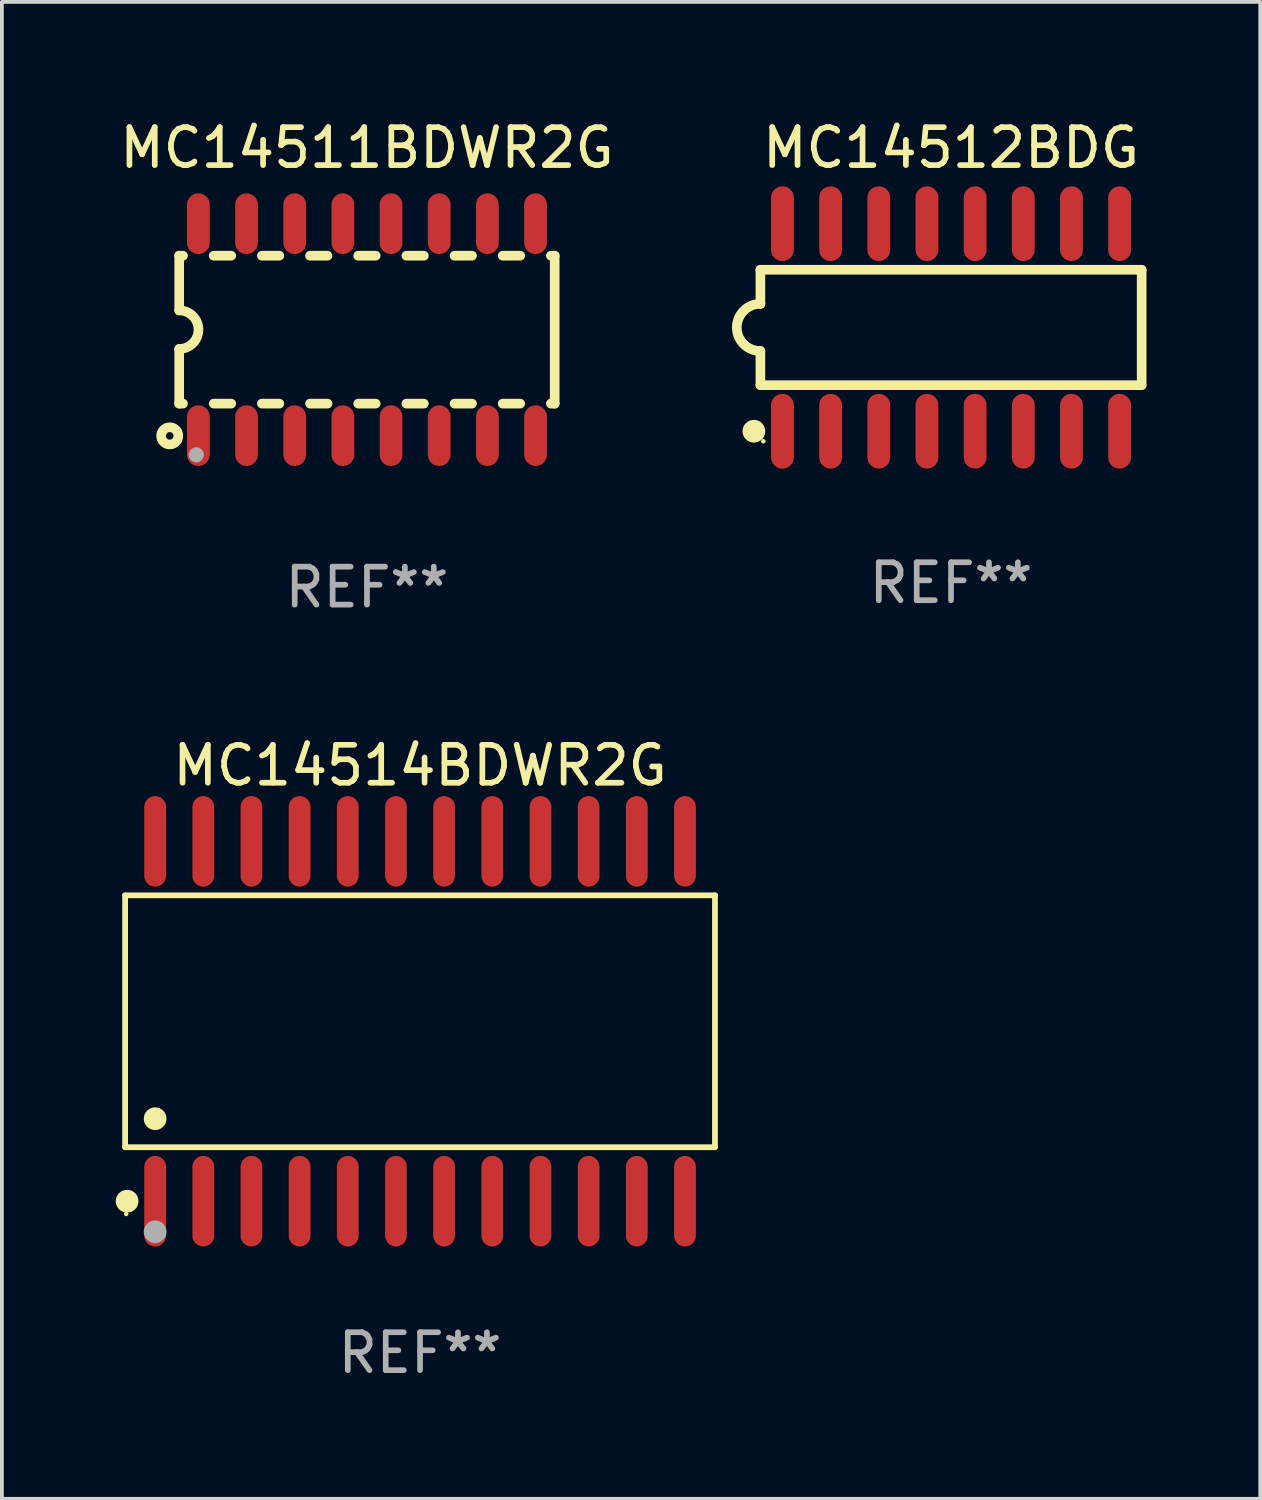
<source format=kicad_pcb>
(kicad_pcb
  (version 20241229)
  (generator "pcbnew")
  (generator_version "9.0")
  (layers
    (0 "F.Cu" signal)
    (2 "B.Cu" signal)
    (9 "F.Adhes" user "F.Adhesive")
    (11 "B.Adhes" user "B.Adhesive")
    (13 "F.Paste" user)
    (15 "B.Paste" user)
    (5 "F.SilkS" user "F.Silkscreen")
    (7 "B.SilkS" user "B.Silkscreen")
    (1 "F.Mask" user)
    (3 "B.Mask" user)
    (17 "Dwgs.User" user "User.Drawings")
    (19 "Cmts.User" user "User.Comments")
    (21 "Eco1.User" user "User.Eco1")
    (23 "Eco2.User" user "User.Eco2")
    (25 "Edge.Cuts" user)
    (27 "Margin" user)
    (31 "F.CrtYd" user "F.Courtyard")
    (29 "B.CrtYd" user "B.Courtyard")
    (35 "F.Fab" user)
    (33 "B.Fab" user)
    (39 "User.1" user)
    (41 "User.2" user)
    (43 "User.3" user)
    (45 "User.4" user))
  (footprint "MC14514BDWR2G"
    (layer "F.Cu")
    (at 8.025 23.877)
    (property "Reference" "MC14514BDWR2G" (at 0 -6.744 0) (layer "F.SilkS") (effects (font (size 1 1) (thickness 0.15))))
    (attr through_hole)
    (fp_line (start -7.776 -3.321) (end 7.776 -3.321) (stroke (width 0.152) (type solid)) (layer "F.SilkS"))
    (fp_line (start -7.776 3.321) (end -7.776 -3.321) (stroke (width 0.152) (type solid)) (layer "F.SilkS"))
    (fp_line (start 7.776 -3.321) (end 7.776 3.321) (stroke (width 0.152) (type solid)) (layer "F.SilkS"))
    (fp_line (start 7.776 3.321) (end -7.776 3.321) (stroke (width 0.152) (type solid)) (layer "F.SilkS"))
    (fp_circle (center -7.747 5.08) (end -7.717 5.08) (stroke (width 0.06) (type solid)) (fill no) (layer "F.SilkS"))
    (fp_circle (center -7.724 4.744) (end -7.574 4.744) (stroke (width 0.3) (type solid)) (fill no) (layer "F.SilkS"))
    (fp_circle (center -6.985 2.569) (end -6.835 2.569) (stroke (width 0.3) (type solid)) (fill no) (layer "F.SilkS"))
    (fp_circle (center -6.985 5.55) (end -6.835 5.55) (stroke (width 0.3) (type solid)) (fill no) (layer "F.Fab"))
    (fp_text user "REF**" (at 0 8.744 0) (layer "F.Fab") (effects (font (size 1 1) (thickness 0.15))))
    (pad "1" smd oval (at -6.985 4.744) (size 0.574 2.388) (layers "F.Cu" "F.Mask" "F.Paste"))
    (pad "2" smd oval (at -5.715 4.744) (size 0.574 2.388) (layers "F.Cu" "F.Mask" "F.Paste"))
    (pad "3" smd oval (at -4.445 4.744) (size 0.574 2.388) (layers "F.Cu" "F.Mask" "F.Paste"))
    (pad "4" smd oval (at -3.175 4.744) (size 0.574 2.388) (layers "F.Cu" "F.Mask" "F.Paste"))
    (pad "5" smd oval (at -1.905 4.744) (size 0.574 2.388) (layers "F.Cu" "F.Mask" "F.Paste"))
    (pad "6" smd oval (at -0.635 4.744) (size 0.574 2.388) (layers "F.Cu" "F.Mask" "F.Paste"))
    (pad "7" smd oval (at 0.635 4.744) (size 0.574 2.388) (layers "F.Cu" "F.Mask" "F.Paste"))
    (pad "8" smd oval (at 1.905 4.744) (size 0.574 2.388) (layers "F.Cu" "F.Mask" "F.Paste"))
    (pad "9" smd oval (at 3.175 4.744) (size 0.574 2.388) (layers "F.Cu" "F.Mask" "F.Paste"))
    (pad "10" smd oval (at 4.445 4.744) (size 0.574 2.388) (layers "F.Cu" "F.Mask" "F.Paste"))
    (pad "11" smd oval (at 5.715 4.744) (size 0.574 2.388) (layers "F.Cu" "F.Mask" "F.Paste"))
    (pad "12" smd oval (at 6.985 4.744) (size 0.574 2.388) (layers "F.Cu" "F.Mask" "F.Paste"))
    (pad "13" smd oval (at 6.985 -4.744) (size 0.574 2.388) (layers "F.Cu" "F.Mask" "F.Paste"))
    (pad "14" smd oval (at 5.715 -4.744) (size 0.574 2.388) (layers "F.Cu" "F.Mask" "F.Paste"))
    (pad "15" smd oval (at 4.445 -4.744) (size 0.574 2.388) (layers "F.Cu" "F.Mask" "F.Paste"))
    (pad "16" smd oval (at 3.175 -4.744) (size 0.574 2.388) (layers "F.Cu" "F.Mask" "F.Paste"))
    (pad "17" smd oval (at 1.905 -4.744) (size 0.574 2.388) (layers "F.Cu" "F.Mask" "F.Paste"))
    (pad "18" smd oval (at 0.635 -4.744) (size 0.574 2.388) (layers "F.Cu" "F.Mask" "F.Paste"))
    (pad "19" smd oval (at -0.635 -4.744) (size 0.574 2.388) (layers "F.Cu" "F.Mask" "F.Paste"))
    (pad "20" smd oval (at -1.905 -4.744) (size 0.574 2.388) (layers "F.Cu" "F.Mask" "F.Paste"))
    (pad "21" smd oval (at -3.175 -4.744) (size 0.574 2.388) (layers "F.Cu" "F.Mask" "F.Paste"))
    (pad "22" smd oval (at -4.445 -4.744) (size 0.574 2.388) (layers "F.Cu" "F.Mask" "F.Paste"))
    (pad "23" smd oval (at -5.715 -4.744) (size 0.574 2.388) (layers "F.Cu" "F.Mask" "F.Paste"))
    (pad "24" smd oval (at -6.985 -4.744) (size 0.574 2.388) (layers "F.Cu" "F.Mask" "F.Paste")))
  (footprint "MC14512BDG"
    (layer "F.Cu")
    (at 22.025 5.584)
    (property "Reference" "MC14512BDG" (at 0 -4.736 0) (layer "F.SilkS") (effects (font (size 1 1) (thickness 0.15))))
    (attr through_hole)
    (fp_line (start -5.026 -1.521) (end -5.026 -0.621) (stroke (width 0.254) (type solid)) (layer "F.SilkS"))
    (fp_line (start -5.026 -1.521) (end 5.026 -1.521) (stroke (width 0.254) (type solid)) (layer "F.SilkS"))
    (fp_line (start -5.026 1.521) (end -5.026 0.621) (stroke (width 0.254) (type solid)) (layer "F.SilkS"))
    (fp_line (start 5.026 -1.521) (end 5.026 1.521) (stroke (width 0.254) (type solid)) (layer "F.SilkS"))
    (fp_line (start 5.026 1.521) (end -5.026 1.521) (stroke (width 0.254) (type solid)) (layer "F.SilkS"))
    (fp_arc (start -5.026187 0.621387) (mid -5.647752 -0.000787) (end -5.025781 -0.622555) (stroke (width 0.254001) (type solid)) (layer "F.SilkS"))
    (fp_circle (center -5.198 2.736) (end -5.048 2.736) (stroke (width 0.3) (type solid)) (fill no) (layer "F.SilkS"))
    (fp_circle (center -4.95 3) (end -4.92 3) (stroke (width 0.06) (type solid)) (fill no) (layer "F.SilkS"))
    (fp_text user "REF**" (at 0 6.736 0) (layer "F.Fab") (effects (font (size 1 1) (thickness 0.15))))
    (pad "1" smd oval (at -4.445 2.736) (size 0.602 1.971) (layers "F.Cu" "F.Mask" "F.Paste"))
    (pad "2" smd oval (at -3.175 2.736) (size 0.602 1.971) (layers "F.Cu" "F.Mask" "F.Paste"))
    (pad "3" smd oval (at -1.905 2.736) (size 0.602 1.971) (layers "F.Cu" "F.Mask" "F.Paste"))
    (pad "4" smd oval (at -0.635 2.736) (size 0.602 1.971) (layers "F.Cu" "F.Mask" "F.Paste"))
    (pad "5" smd oval (at 0.635 2.736) (size 0.602 1.971) (layers "F.Cu" "F.Mask" "F.Paste"))
    (pad "6" smd oval (at 1.905 2.736) (size 0.602 1.971) (layers "F.Cu" "F.Mask" "F.Paste"))
    (pad "7" smd oval (at 3.175 2.736) (size 0.602 1.971) (layers "F.Cu" "F.Mask" "F.Paste"))
    (pad "8" smd oval (at 4.445 2.736) (size 0.602 1.971) (layers "F.Cu" "F.Mask" "F.Paste"))
    (pad "9" smd oval (at 4.445 -2.736) (size 0.602 1.971) (layers "F.Cu" "F.Mask" "F.Paste"))
    (pad "10" smd oval (at 3.175 -2.736) (size 0.602 1.971) (layers "F.Cu" "F.Mask" "F.Paste"))
    (pad "11" smd oval (at 1.905 -2.736) (size 0.602 1.971) (layers "F.Cu" "F.Mask" "F.Paste"))
    (pad "12" smd oval (at 0.635 -2.736) (size 0.602 1.971) (layers "F.Cu" "F.Mask" "F.Paste"))
    (pad "13" smd oval (at -0.635 -2.736) (size 0.602 1.971) (layers "F.Cu" "F.Mask" "F.Paste"))
    (pad "14" smd oval (at -1.905 -2.736) (size 0.602 1.971) (layers "F.Cu" "F.Mask" "F.Paste"))
    (pad "15" smd oval (at -3.175 -2.736) (size 0.602 1.971) (layers "F.Cu" "F.Mask" "F.Paste"))
    (pad "16" smd oval (at -4.445 -2.736) (size 0.602 1.971) (layers "F.Cu" "F.Mask" "F.Paste")))
  (footprint "MC14511BDWR2G"
    (layer "F.Cu")
    (at 6.625 5.642)
    (property "Reference" "MC14511BDWR2G" (at 0 -4.794 0) (layer "F.SilkS") (effects (font (size 1 1) (thickness 0.15))))
    (attr through_hole)
    (fp_line (start -4.95 -1.95) (end -4.95 -0.508) (stroke (width 0.254) (type solid)) (layer "F.SilkS"))
    (fp_line (start -4.95 -1.95) (end -4.849 -1.95) (stroke (width 0.254) (type solid)) (layer "F.SilkS"))
    (fp_line (start -4.95 1.95) (end -4.95 0.508) (stroke (width 0.254) (type solid)) (layer "F.SilkS"))
    (fp_line (start -4.95 1.95) (end -4.849 1.95) (stroke (width 0.254) (type solid)) (layer "F.SilkS"))
    (fp_line (start -4.041 -1.95) (end -3.579 -1.95) (stroke (width 0.254) (type solid)) (layer "F.SilkS"))
    (fp_line (start -4.041 1.95) (end -3.579 1.95) (stroke (width 0.254) (type solid)) (layer "F.SilkS"))
    (fp_line (start -2.771 -1.95) (end -2.309 -1.95) (stroke (width 0.254) (type solid)) (layer "F.SilkS"))
    (fp_line (start -2.771 1.95) (end -2.309 1.95) (stroke (width 0.254) (type solid)) (layer "F.SilkS"))
    (fp_line (start -1.501 -1.95) (end -1.039 -1.95) (stroke (width 0.254) (type solid)) (layer "F.SilkS"))
    (fp_line (start -1.501 1.95) (end -1.039 1.95) (stroke (width 0.254) (type solid)) (layer "F.SilkS"))
    (fp_line (start -0.231 -1.95) (end 0.231 -1.95) (stroke (width 0.254) (type solid)) (layer "F.SilkS"))
    (fp_line (start -0.231 1.95) (end 0.231 1.95) (stroke (width 0.254) (type solid)) (layer "F.SilkS"))
    (fp_line (start 1.039 -1.95) (end 1.501 -1.95) (stroke (width 0.254) (type solid)) (layer "F.SilkS"))
    (fp_line (start 1.039 1.95) (end 1.501 1.95) (stroke (width 0.254) (type solid)) (layer "F.SilkS"))
    (fp_line (start 2.309 -1.95) (end 2.771 -1.95) (stroke (width 0.254) (type solid)) (layer "F.SilkS"))
    (fp_line (start 2.309 1.95) (end 2.771 1.95) (stroke (width 0.254) (type solid)) (layer "F.SilkS"))
    (fp_line (start 3.579 -1.95) (end 4.041 -1.95) (stroke (width 0.254) (type solid)) (layer "F.SilkS"))
    (fp_line (start 3.579 1.95) (end 4.041 1.95) (stroke (width 0.254) (type solid)) (layer "F.SilkS"))
    (fp_line (start 4.849 -1.95) (end 4.95 -1.95) (stroke (width 0.254) (type solid)) (layer "F.SilkS"))
    (fp_line (start 4.849 1.95) (end 4.95 1.95) (stroke (width 0.254) (type solid)) (layer "F.SilkS"))
    (fp_line (start 4.95 -1.95) (end 4.95 1.95) (stroke (width 0.254) (type solid)) (layer "F.SilkS"))
    (fp_arc (start -4.95047 -0.508001) (mid -4.442469 -0.000228) (end -4.950013 0.508001) (stroke (width 0.254001) (type solid)) (layer "F.SilkS"))
    (fp_circle (center -5.2 2.8) (end -5.1 2.8) (stroke (width 0.254) (type solid)) (fill no) (layer "F.SilkS"))
    (fp_circle (center -4.95 2.947) (end -4.92 2.947) (stroke (width 0.06) (type solid)) (fill no) (layer "F.SilkS"))
    (fp_circle (center -4.5 3.3) (end -4.4 3.3) (stroke (width 0.2) (type solid)) (fill no) (layer "F.Fab"))
    (fp_text user "REF**" (at 0 6.794 0) (layer "F.Fab") (effects (font (size 1 1) (thickness 0.15))))
    (pad "1" smd oval (at -4.445 2.794) (size 0.6 1.6) (layers "F.Cu" "F.Mask" "F.Paste"))
    (pad "2" smd oval (at -3.175 2.794) (size 0.6 1.6) (layers "F.Cu" "F.Mask" "F.Paste"))
    (pad "3" smd oval (at -1.905 2.794) (size 0.6 1.6) (layers "F.Cu" "F.Mask" "F.Paste"))
    (pad "4" smd oval (at -0.635 2.794) (size 0.6 1.6) (layers "F.Cu" "F.Mask" "F.Paste"))
    (pad "5" smd oval (at 0.635 2.794) (size 0.6 1.6) (layers "F.Cu" "F.Mask" "F.Paste"))
    (pad "6" smd oval (at 1.905 2.794) (size 0.6 1.6) (layers "F.Cu" "F.Mask" "F.Paste"))
    (pad "7" smd oval (at 3.175 2.794) (size 0.6 1.6) (layers "F.Cu" "F.Mask" "F.Paste"))
    (pad "8" smd oval (at 4.445 2.794) (size 0.6 1.6) (layers "F.Cu" "F.Mask" "F.Paste"))
    (pad "9" smd oval (at 4.445 -2.794) (size 0.6 1.6) (layers "F.Cu" "F.Mask" "F.Paste"))
    (pad "10" smd oval (at 3.175 -2.794) (size 0.6 1.6) (layers "F.Cu" "F.Mask" "F.Paste"))
    (pad "11" smd oval (at 1.905 -2.794) (size 0.6 1.6) (layers "F.Cu" "F.Mask" "F.Paste"))
    (pad "12" smd oval (at 0.635 -2.794) (size 0.6 1.6) (layers "F.Cu" "F.Mask" "F.Paste"))
    (pad "13" smd oval (at -0.635 -2.794) (size 0.6 1.6) (layers "F.Cu" "F.Mask" "F.Paste"))
    (pad "14" smd oval (at -1.905 -2.794) (size 0.6 1.6) (layers "F.Cu" "F.Mask" "F.Paste"))
    (pad "15" smd oval (at -3.175 -2.794) (size 0.6 1.6) (layers "F.Cu" "F.Mask" "F.Paste"))
    (pad "16" smd oval (at -4.445 -2.794) (size 0.6 1.6) (layers "F.Cu" "F.Mask" "F.Paste")))
  (gr_rect
    (start -3 -3)
    (end 30.178 36.469)
    (stroke (width 0.1) (type default))
    (fill no)
    (layer "Edge.Cuts")))
</source>
